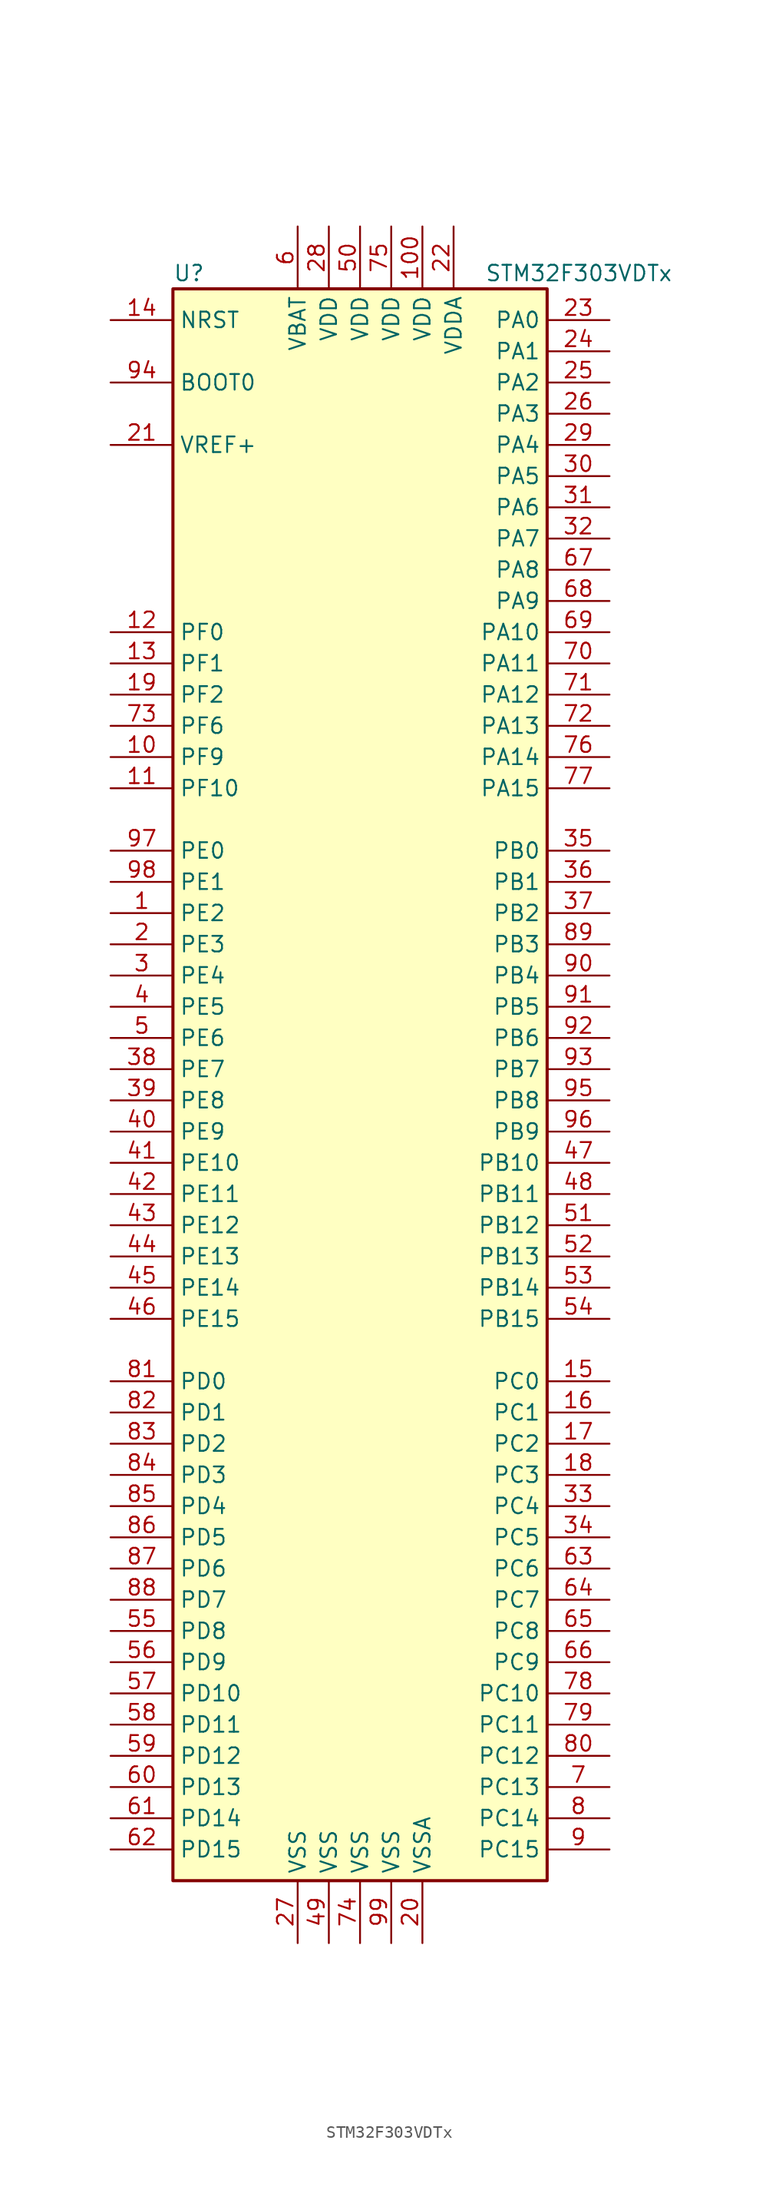
<source format=kicad_sym>
(kicad_symbol_lib
  (version 20211014)
  (generator kicad_symbol_editor)
  (symbol "STM32F303VDTx"
    (property "Reference" "U"
      (at -15.24 64.77 0)
      (effects (font (size 1.27 1.27)) (justify left)))
    (property "Value" "STM32F303VDTx"
      (at 10.16 64.77 0)
      (effects (font (size 1.27 1.27)) (justify left)))
    (symbol "STM32F303VDTx_0_1"
      (rectangle (start -15.24 -66.04) (end 15.24 63.5) (stroke (width 0.254) (type default) (color 0 0 0 0)) (fill (type background))))
    (symbol "STM32F303VDTx_1_1"
      (pin bidirectional line (at -20.32 12.7 0) (length 5.08) (name "PE2" (effects (font (size 1.27 1.27)))) (number "1" (effects (font (size 1.27 1.27)))))
      (pin bidirectional line (at -20.32 25.4 0) (length 5.08) (name "PF9" (effects (font (size 1.27 1.27)))) (number "10" (effects (font (size 1.27 1.27)))))
      (pin power_in line (at 5.08 68.58 270) (length 5.08) (name "VDD" (effects (font (size 1.27 1.27)))) (number "100" (effects (font (size 1.27 1.27)))))
      (pin bidirectional line (at -20.32 22.86 0) (length 5.08) (name "PF10" (effects (font (size 1.27 1.27)))) (number "11" (effects (font (size 1.27 1.27)))))
      (pin input line (at -20.32 35.56 0) (length 5.08) (name "PF0" (effects (font (size 1.27 1.27)))) (number "12" (effects (font (size 1.27 1.27)))))
      (pin input line (at -20.32 33.02 0) (length 5.08) (name "PF1" (effects (font (size 1.27 1.27)))) (number "13" (effects (font (size 1.27 1.27)))))
      (pin input line (at -20.32 60.96 0) (length 5.08) (name "NRST" (effects (font (size 1.27 1.27)))) (number "14" (effects (font (size 1.27 1.27)))))
      (pin bidirectional line (at 20.32 -25.4 180) (length 5.08) (name "PC0" (effects (font (size 1.27 1.27)))) (number "15" (effects (font (size 1.27 1.27)))))
      (pin bidirectional line (at 20.32 -27.94 180) (length 5.08) (name "PC1" (effects (font (size 1.27 1.27)))) (number "16" (effects (font (size 1.27 1.27)))))
      (pin bidirectional line (at 20.32 -30.48 180) (length 5.08) (name "PC2" (effects (font (size 1.27 1.27)))) (number "17" (effects (font (size 1.27 1.27)))))
      (pin bidirectional line (at 20.32 -33.02 180) (length 5.08) (name "PC3" (effects (font (size 1.27 1.27)))) (number "18" (effects (font (size 1.27 1.27)))))
      (pin bidirectional line (at -20.32 30.48 0) (length 5.08) (name "PF2" (effects (font (size 1.27 1.27)))) (number "19" (effects (font (size 1.27 1.27)))))
      (pin bidirectional line (at -20.32 10.16 0) (length 5.08) (name "PE3" (effects (font (size 1.27 1.27)))) (number "2" (effects (font (size 1.27 1.27)))))
      (pin power_in line (at 5.08 -71.12 90) (length 5.08) (name "VSSA" (effects (font (size 1.27 1.27)))) (number "20" (effects (font (size 1.27 1.27)))))
      (pin power_in line (at -20.32 50.8 0) (length 5.08) (name "VREF+" (effects (font (size 1.27 1.27)))) (number "21" (effects (font (size 1.27 1.27)))))
      (pin power_in line (at 7.62 68.58 270) (length 5.08) (name "VDDA" (effects (font (size 1.27 1.27)))) (number "22" (effects (font (size 1.27 1.27)))))
      (pin bidirectional line (at 20.32 60.96 180) (length 5.08) (name "PA0" (effects (font (size 1.27 1.27)))) (number "23" (effects (font (size 1.27 1.27)))))
      (pin bidirectional line (at 20.32 58.42 180) (length 5.08) (name "PA1" (effects (font (size 1.27 1.27)))) (number "24" (effects (font (size 1.27 1.27)))))
      (pin bidirectional line (at 20.32 55.88 180) (length 5.08) (name "PA2" (effects (font (size 1.27 1.27)))) (number "25" (effects (font (size 1.27 1.27)))))
      (pin bidirectional line (at 20.32 53.34 180) (length 5.08) (name "PA3" (effects (font (size 1.27 1.27)))) (number "26" (effects (font (size 1.27 1.27)))))
      (pin power_in line (at -5.08 -71.12 90) (length 5.08) (name "VSS" (effects (font (size 1.27 1.27)))) (number "27" (effects (font (size 1.27 1.27)))))
      (pin power_in line (at -2.54 68.58 270) (length 5.08) (name "VDD" (effects (font (size 1.27 1.27)))) (number "28" (effects (font (size 1.27 1.27)))))
      (pin bidirectional line (at 20.32 50.8 180) (length 5.08) (name "PA4" (effects (font (size 1.27 1.27)))) (number "29" (effects (font (size 1.27 1.27)))))
      (pin bidirectional line (at -20.32 7.62 0) (length 5.08) (name "PE4" (effects (font (size 1.27 1.27)))) (number "3" (effects (font (size 1.27 1.27)))))
      (pin bidirectional line (at 20.32 48.26 180) (length 5.08) (name "PA5" (effects (font (size 1.27 1.27)))) (number "30" (effects (font (size 1.27 1.27)))))
      (pin bidirectional line (at 20.32 45.72 180) (length 5.08) (name "PA6" (effects (font (size 1.27 1.27)))) (number "31" (effects (font (size 1.27 1.27)))))
      (pin bidirectional line (at 20.32 43.18 180) (length 5.08) (name "PA7" (effects (font (size 1.27 1.27)))) (number "32" (effects (font (size 1.27 1.27)))))
      (pin bidirectional line (at 20.32 -35.56 180) (length 5.08) (name "PC4" (effects (font (size 1.27 1.27)))) (number "33" (effects (font (size 1.27 1.27)))))
      (pin bidirectional line (at 20.32 -38.1 180) (length 5.08) (name "PC5" (effects (font (size 1.27 1.27)))) (number "34" (effects (font (size 1.27 1.27)))))
      (pin bidirectional line (at 20.32 17.78 180) (length 5.08) (name "PB0" (effects (font (size 1.27 1.27)))) (number "35" (effects (font (size 1.27 1.27)))))
      (pin bidirectional line (at 20.32 15.24 180) (length 5.08) (name "PB1" (effects (font (size 1.27 1.27)))) (number "36" (effects (font (size 1.27 1.27)))))
      (pin bidirectional line (at 20.32 12.7 180) (length 5.08) (name "PB2" (effects (font (size 1.27 1.27)))) (number "37" (effects (font (size 1.27 1.27)))))
      (pin bidirectional line (at -20.32 0 0) (length 5.08) (name "PE7" (effects (font (size 1.27 1.27)))) (number "38" (effects (font (size 1.27 1.27)))))
      (pin bidirectional line (at -20.32 -2.54 0) (length 5.08) (name "PE8" (effects (font (size 1.27 1.27)))) (number "39" (effects (font (size 1.27 1.27)))))
      (pin bidirectional line (at -20.32 5.08 0) (length 5.08) (name "PE5" (effects (font (size 1.27 1.27)))) (number "4" (effects (font (size 1.27 1.27)))))
      (pin bidirectional line (at -20.32 -5.08 0) (length 5.08) (name "PE9" (effects (font (size 1.27 1.27)))) (number "40" (effects (font (size 1.27 1.27)))))
      (pin bidirectional line (at -20.32 -7.62 0) (length 5.08) (name "PE10" (effects (font (size 1.27 1.27)))) (number "41" (effects (font (size 1.27 1.27)))))
      (pin bidirectional line (at -20.32 -10.16 0) (length 5.08) (name "PE11" (effects (font (size 1.27 1.27)))) (number "42" (effects (font (size 1.27 1.27)))))
      (pin bidirectional line (at -20.32 -12.7 0) (length 5.08) (name "PE12" (effects (font (size 1.27 1.27)))) (number "43" (effects (font (size 1.27 1.27)))))
      (pin bidirectional line (at -20.32 -15.24 0) (length 5.08) (name "PE13" (effects (font (size 1.27 1.27)))) (number "44" (effects (font (size 1.27 1.27)))))
      (pin bidirectional line (at -20.32 -17.78 0) (length 5.08) (name "PE14" (effects (font (size 1.27 1.27)))) (number "45" (effects (font (size 1.27 1.27)))))
      (pin bidirectional line (at -20.32 -20.32 0) (length 5.08) (name "PE15" (effects (font (size 1.27 1.27)))) (number "46" (effects (font (size 1.27 1.27)))))
      (pin bidirectional line (at 20.32 -7.62 180) (length 5.08) (name "PB10" (effects (font (size 1.27 1.27)))) (number "47" (effects (font (size 1.27 1.27)))))
      (pin bidirectional line (at 20.32 -10.16 180) (length 5.08) (name "PB11" (effects (font (size 1.27 1.27)))) (number "48" (effects (font (size 1.27 1.27)))))
      (pin power_in line (at -2.54 -71.12 90) (length 5.08) (name "VSS" (effects (font (size 1.27 1.27)))) (number "49" (effects (font (size 1.27 1.27)))))
      (pin bidirectional line (at -20.32 2.54 0) (length 5.08) (name "PE6" (effects (font (size 1.27 1.27)))) (number "5" (effects (font (size 1.27 1.27)))))
      (pin power_in line (at 0 68.58 270) (length 5.08) (name "VDD" (effects (font (size 1.27 1.27)))) (number "50" (effects (font (size 1.27 1.27)))))
      (pin bidirectional line (at 20.32 -12.7 180) (length 5.08) (name "PB12" (effects (font (size 1.27 1.27)))) (number "51" (effects (font (size 1.27 1.27)))))
      (pin bidirectional line (at 20.32 -15.24 180) (length 5.08) (name "PB13" (effects (font (size 1.27 1.27)))) (number "52" (effects (font (size 1.27 1.27)))))
      (pin bidirectional line (at 20.32 -17.78 180) (length 5.08) (name "PB14" (effects (font (size 1.27 1.27)))) (number "53" (effects (font (size 1.27 1.27)))))
      (pin bidirectional line (at 20.32 -20.32 180) (length 5.08) (name "PB15" (effects (font (size 1.27 1.27)))) (number "54" (effects (font (size 1.27 1.27)))))
      (pin bidirectional line (at -20.32 -45.72 0) (length 5.08) (name "PD8" (effects (font (size 1.27 1.27)))) (number "55" (effects (font (size 1.27 1.27)))))
      (pin bidirectional line (at -20.32 -48.26 0) (length 5.08) (name "PD9" (effects (font (size 1.27 1.27)))) (number "56" (effects (font (size 1.27 1.27)))))
      (pin bidirectional line (at -20.32 -50.8 0) (length 5.08) (name "PD10" (effects (font (size 1.27 1.27)))) (number "57" (effects (font (size 1.27 1.27)))))
      (pin bidirectional line (at -20.32 -53.34 0) (length 5.08) (name "PD11" (effects (font (size 1.27 1.27)))) (number "58" (effects (font (size 1.27 1.27)))))
      (pin bidirectional line (at -20.32 -55.88 0) (length 5.08) (name "PD12" (effects (font (size 1.27 1.27)))) (number "59" (effects (font (size 1.27 1.27)))))
      (pin power_in line (at -5.08 68.58 270) (length 5.08) (name "VBAT" (effects (font (size 1.27 1.27)))) (number "6" (effects (font (size 1.27 1.27)))))
      (pin bidirectional line (at -20.32 -58.42 0) (length 5.08) (name "PD13" (effects (font (size 1.27 1.27)))) (number "60" (effects (font (size 1.27 1.27)))))
      (pin bidirectional line (at -20.32 -60.96 0) (length 5.08) (name "PD14" (effects (font (size 1.27 1.27)))) (number "61" (effects (font (size 1.27 1.27)))))
      (pin bidirectional line (at -20.32 -63.5 0) (length 5.08) (name "PD15" (effects (font (size 1.27 1.27)))) (number "62" (effects (font (size 1.27 1.27)))))
      (pin bidirectional line (at 20.32 -40.64 180) (length 5.08) (name "PC6" (effects (font (size 1.27 1.27)))) (number "63" (effects (font (size 1.27 1.27)))))
      (pin bidirectional line (at 20.32 -43.18 180) (length 5.08) (name "PC7" (effects (font (size 1.27 1.27)))) (number "64" (effects (font (size 1.27 1.27)))))
      (pin bidirectional line (at 20.32 -45.72 180) (length 5.08) (name "PC8" (effects (font (size 1.27 1.27)))) (number "65" (effects (font (size 1.27 1.27)))))
      (pin bidirectional line (at 20.32 -48.26 180) (length 5.08) (name "PC9" (effects (font (size 1.27 1.27)))) (number "66" (effects (font (size 1.27 1.27)))))
      (pin bidirectional line (at 20.32 40.64 180) (length 5.08) (name "PA8" (effects (font (size 1.27 1.27)))) (number "67" (effects (font (size 1.27 1.27)))))
      (pin bidirectional line (at 20.32 38.1 180) (length 5.08) (name "PA9" (effects (font (size 1.27 1.27)))) (number "68" (effects (font (size 1.27 1.27)))))
      (pin bidirectional line (at 20.32 35.56 180) (length 5.08) (name "PA10" (effects (font (size 1.27 1.27)))) (number "69" (effects (font (size 1.27 1.27)))))
      (pin bidirectional line (at 20.32 -58.42 180) (length 5.08) (name "PC13" (effects (font (size 1.27 1.27)))) (number "7" (effects (font (size 1.27 1.27)))))
      (pin bidirectional line (at 20.32 33.02 180) (length 5.08) (name "PA11" (effects (font (size 1.27 1.27)))) (number "70" (effects (font (size 1.27 1.27)))))
      (pin bidirectional line (at 20.32 30.48 180) (length 5.08) (name "PA12" (effects (font (size 1.27 1.27)))) (number "71" (effects (font (size 1.27 1.27)))))
      (pin bidirectional line (at 20.32 27.94 180) (length 5.08) (name "PA13" (effects (font (size 1.27 1.27)))) (number "72" (effects (font (size 1.27 1.27)))))
      (pin bidirectional line (at -20.32 27.94 0) (length 5.08) (name "PF6" (effects (font (size 1.27 1.27)))) (number "73" (effects (font (size 1.27 1.27)))))
      (pin power_in line (at 0 -71.12 90) (length 5.08) (name "VSS" (effects (font (size 1.27 1.27)))) (number "74" (effects (font (size 1.27 1.27)))))
      (pin power_in line (at 2.54 68.58 270) (length 5.08) (name "VDD" (effects (font (size 1.27 1.27)))) (number "75" (effects (font (size 1.27 1.27)))))
      (pin bidirectional line (at 20.32 25.4 180) (length 5.08) (name "PA14" (effects (font (size 1.27 1.27)))) (number "76" (effects (font (size 1.27 1.27)))))
      (pin bidirectional line (at 20.32 22.86 180) (length 5.08) (name "PA15" (effects (font (size 1.27 1.27)))) (number "77" (effects (font (size 1.27 1.27)))))
      (pin bidirectional line (at 20.32 -50.8 180) (length 5.08) (name "PC10" (effects (font (size 1.27 1.27)))) (number "78" (effects (font (size 1.27 1.27)))))
      (pin bidirectional line (at 20.32 -53.34 180) (length 5.08) (name "PC11" (effects (font (size 1.27 1.27)))) (number "79" (effects (font (size 1.27 1.27)))))
      (pin bidirectional line (at 20.32 -60.96 180) (length 5.08) (name "PC14" (effects (font (size 1.27 1.27)))) (number "8" (effects (font (size 1.27 1.27)))))
      (pin bidirectional line (at 20.32 -55.88 180) (length 5.08) (name "PC12" (effects (font (size 1.27 1.27)))) (number "80" (effects (font (size 1.27 1.27)))))
      (pin bidirectional line (at -20.32 -25.4 0) (length 5.08) (name "PD0" (effects (font (size 1.27 1.27)))) (number "81" (effects (font (size 1.27 1.27)))))
      (pin bidirectional line (at -20.32 -27.94 0) (length 5.08) (name "PD1" (effects (font (size 1.27 1.27)))) (number "82" (effects (font (size 1.27 1.27)))))
      (pin bidirectional line (at -20.32 -30.48 0) (length 5.08) (name "PD2" (effects (font (size 1.27 1.27)))) (number "83" (effects (font (size 1.27 1.27)))))
      (pin bidirectional line (at -20.32 -33.02 0) (length 5.08) (name "PD3" (effects (font (size 1.27 1.27)))) (number "84" (effects (font (size 1.27 1.27)))))
      (pin bidirectional line (at -20.32 -35.56 0) (length 5.08) (name "PD4" (effects (font (size 1.27 1.27)))) (number "85" (effects (font (size 1.27 1.27)))))
      (pin bidirectional line (at -20.32 -38.1 0) (length 5.08) (name "PD5" (effects (font (size 1.27 1.27)))) (number "86" (effects (font (size 1.27 1.27)))))
      (pin bidirectional line (at -20.32 -40.64 0) (length 5.08) (name "PD6" (effects (font (size 1.27 1.27)))) (number "87" (effects (font (size 1.27 1.27)))))
      (pin bidirectional line (at -20.32 -43.18 0) (length 5.08) (name "PD7" (effects (font (size 1.27 1.27)))) (number "88" (effects (font (size 1.27 1.27)))))
      (pin bidirectional line (at 20.32 10.16 180) (length 5.08) (name "PB3" (effects (font (size 1.27 1.27)))) (number "89" (effects (font (size 1.27 1.27)))))
      (pin bidirectional line (at 20.32 -63.5 180) (length 5.08) (name "PC15" (effects (font (size 1.27 1.27)))) (number "9" (effects (font (size 1.27 1.27)))))
      (pin bidirectional line (at 20.32 7.62 180) (length 5.08) (name "PB4" (effects (font (size 1.27 1.27)))) (number "90" (effects (font (size 1.27 1.27)))))
      (pin bidirectional line (at 20.32 5.08 180) (length 5.08) (name "PB5" (effects (font (size 1.27 1.27)))) (number "91" (effects (font (size 1.27 1.27)))))
      (pin bidirectional line (at 20.32 2.54 180) (length 5.08) (name "PB6" (effects (font (size 1.27 1.27)))) (number "92" (effects (font (size 1.27 1.27)))))
      (pin bidirectional line (at 20.32 0 180) (length 5.08) (name "PB7" (effects (font (size 1.27 1.27)))) (number "93" (effects (font (size 1.27 1.27)))))
      (pin input line (at -20.32 55.88 0) (length 5.08) (name "BOOT0" (effects (font (size 1.27 1.27)))) (number "94" (effects (font (size 1.27 1.27)))))
      (pin bidirectional line (at 20.32 -2.54 180) (length 5.08) (name "PB8" (effects (font (size 1.27 1.27)))) (number "95" (effects (font (size 1.27 1.27)))))
      (pin bidirectional line (at 20.32 -5.08 180) (length 5.08) (name "PB9" (effects (font (size 1.27 1.27)))) (number "96" (effects (font (size 1.27 1.27)))))
      (pin bidirectional line (at -20.32 17.78 0) (length 5.08) (name "PE0" (effects (font (size 1.27 1.27)))) (number "97" (effects (font (size 1.27 1.27)))))
      (pin bidirectional line (at -20.32 15.24 0) (length 5.08) (name "PE1" (effects (font (size 1.27 1.27)))) (number "98" (effects (font (size 1.27 1.27)))))
      (pin power_in line (at 2.54 -71.12 90) (length 5.08) (name "VSS" (effects (font (size 1.27 1.27)))) (number "99" (effects (font (size 1.27 1.27))))))))
</source>
